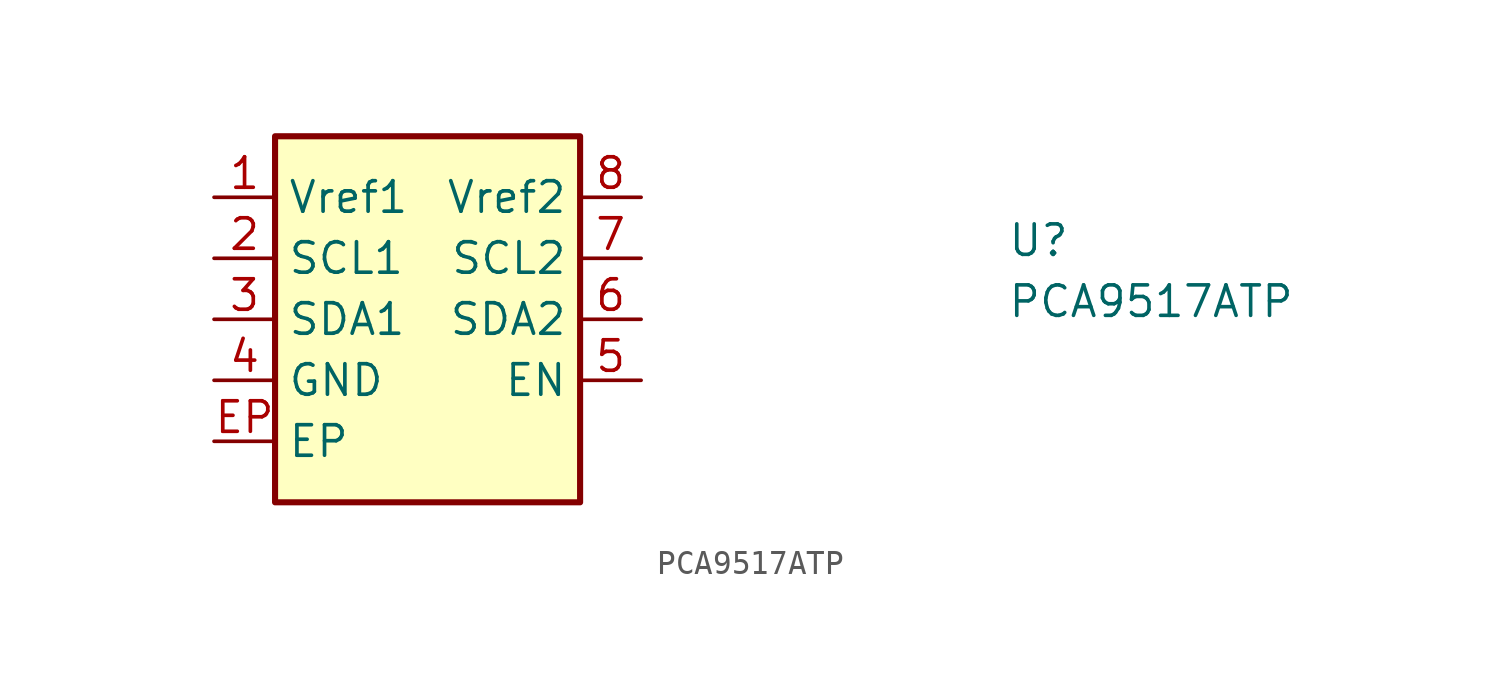
<source format=kicad_sym>
(kicad_symbol_lib
  (version 20211014)
  (generator kicad_symbol_editor)
  (symbol "PCA9517ATP"
    (property "Reference" "U"
      (at 33.02 -2.54 0)
      (effects (font (size 1.27 1.27) (thickness 0.15)) (justify left bottom)))
    (property "Value" "PCA9517ATP"
      (at 33.02 -5.08 0)
      (effects (font (size 1.27 1.27) (thickness 0.15)) (justify left bottom)))
    (symbol "PCA9517ATP_1_1"
      (rectangle (start 2.54 2.54) (end 15.24 -12.7) (stroke (width 0.254) (type default) (color 0 0 0 0)) (fill (type background)))
      (pin power_in line (at 0 0 0) (length 2.54) (name "Vref1" (effects (font (size 1.27 1.27)))) (number "1" (effects (font (size 1.27 1.27)))))
      (pin input line (at 0 -2.54 0) (length 2.54) (name "SCL1" (effects (font (size 1.27 1.27)))) (number "2" (effects (font (size 1.27 1.27)))))
      (pin bidirectional line (at 0 -5.08 0) (length 2.54) (name "SDA1" (effects (font (size 1.27 1.27)))) (number "3" (effects (font (size 1.27 1.27)))))
      (pin power_in line (at 0 -7.62 0) (length 2.54) (name "GND" (effects (font (size 1.27 1.27)))) (number "4" (effects (font (size 1.27 1.27)))))
      (pin input line (at 17.78 -7.62 180) (length 2.54) (name "EN" (effects (font (size 1.27 1.27)))) (number "5" (effects (font (size 1.27 1.27)))))
      (pin bidirectional line (at 17.78 -5.08 180) (length 2.54) (name "SDA2" (effects (font (size 1.27 1.27)))) (number "6" (effects (font (size 1.27 1.27)))))
      (pin input line (at 17.78 -2.54 180) (length 2.54) (name "SCL2" (effects (font (size 1.27 1.27)))) (number "7" (effects (font (size 1.27 1.27)))))
      (pin power_in line (at 17.78 0 180) (length 2.54) (name "Vref2" (effects (font (size 1.27 1.27)))) (number "8" (effects (font (size 1.27 1.27)))))
      (pin unspecified line (at 0 -10.16 0) (length 2.54) (name "EP" (effects (font (size 1.27 1.27)))) (number "EP" (effects (font (size 1.27 1.27))))))))
</source>
